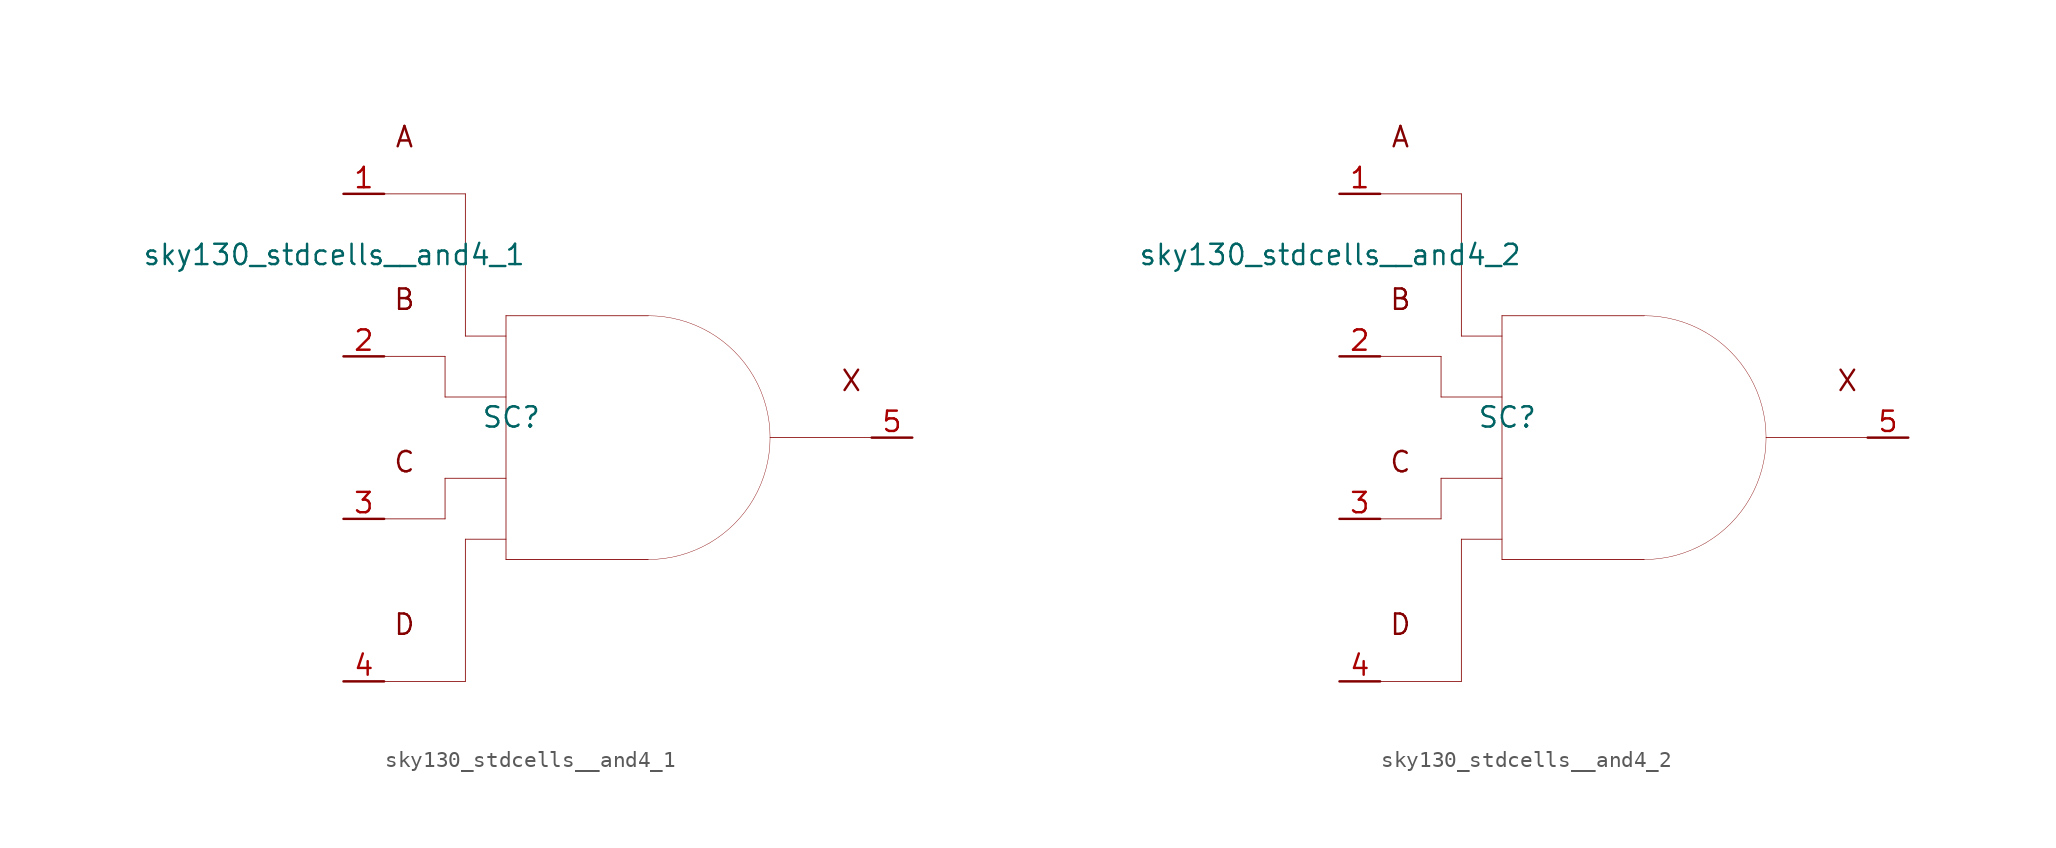
<source format=kicad_sym>
(kicad_symbol_lib
  (version 20211014)
  (generator kicad_symbol_editor)
  (symbol "sky130_stdcells__and4_1"
    (pin_names hide)
    (property "Reference" "SC"
      (at -7.29 1.27 0)
      (effects (font (size 1.27 1.27))))
    (property "Value" "sky130_stdcells__and4_1"
      (at -6.35 11.43 0)
      (effects (font (size 1.27 1.27)) (justify right)))
    (symbol "sky130_stdcells__and4_1_0_0"
      (polyline (pts (xy -15.24 -15.24) (xy -10.16 -15.24)) (stroke (width 0.051) (type default) (color 0 0 0 0)) (fill (type none)))
      (polyline (pts (xy -15.24 -5.08) (xy -11.43 -5.08)) (stroke (width 0.051) (type default) (color 0 0 0 0)) (fill (type none)))
      (polyline (pts (xy -15.24 5.08) (xy -11.43 5.08)) (stroke (width 0.051) (type default) (color 0 0 0 0)) (fill (type none)))
      (polyline (pts (xy -15.24 15.24) (xy -10.16 15.24)) (stroke (width 0.051) (type default) (color 0 0 0 0)) (fill (type none)))
      (polyline (pts (xy -11.43 -2.54) (xy -11.43 -5.08)) (stroke (width 0.051) (type default) (color 0 0 0 0)) (fill (type none)))
      (polyline (pts (xy -11.43 -2.54) (xy -7.62 -2.54)) (stroke (width 0.051) (type default) (color 0 0 0 0)) (fill (type none)))
      (polyline (pts (xy -11.43 2.54) (xy -7.62 2.54)) (stroke (width 0.051) (type default) (color 0 0 0 0)) (fill (type none)))
      (polyline (pts (xy -11.43 5.08) (xy -11.43 2.54)) (stroke (width 0.051) (type default) (color 0 0 0 0)) (fill (type none)))
      (polyline (pts (xy -10.16 -6.35) (xy -10.16 -15.24)) (stroke (width 0.051) (type default) (color 0 0 0 0)) (fill (type none)))
      (polyline (pts (xy -10.16 -6.35) (xy -7.62 -6.35)) (stroke (width 0.051) (type default) (color 0 0 0 0)) (fill (type none)))
      (polyline (pts (xy -10.16 6.35) (xy -7.62 6.35)) (stroke (width 0.051) (type default) (color 0 0 0 0)) (fill (type none)))
      (polyline (pts (xy -10.16 15.24) (xy -10.16 6.35)) (stroke (width 0.051) (type default) (color 0 0 0 0)) (fill (type none)))
      (polyline (pts (xy -7.62 -7.62) (xy 1.27 -7.62)) (stroke (width 0.051) (type default) (color 0 0 0 0)) (fill (type none)))
      (polyline (pts (xy -7.62 7.62) (xy -7.62 -7.62)) (stroke (width 0.051) (type default) (color 0 0 0 0)) (fill (type none)))
      (polyline (pts (xy -7.62 7.62) (xy 1.27 7.62)) (stroke (width 0.051) (type default) (color 0 0 0 0)) (fill (type none)))
      (polyline (pts (xy 8.89 0) (xy 15.24 0)) (stroke (width 0.051) (type default) (color 0 0 0 0)) (fill (type none)))
      (arc (start 1.27 -7.62) (mid 3.2422 -7.3604) (end 5.08 -6.5991) (stroke (width 0.0254) (type default) (color 0 0 0 0)) (fill (type none)))
      (arc (start 5.08 -6.5991) (mid 6.6581 -5.3881) (end 7.8691 -3.81) (stroke (width 0.0254) (type default) (color 0 0 0 0)) (fill (type none)))
      (arc (start 5.08 6.5991) (mid 3.2422 7.3603) (end 1.27 7.62) (stroke (width 0.0254) (type default) (color 0 0 0 0)) (fill (type none)))
      (arc (start 7.8691 -3.81) (mid 8.6303 -1.9722) (end 8.89 0) (stroke (width 0.0254) (type default) (color 0 0 0 0)) (fill (type none)))
      (arc (start 7.8691 3.81) (mid 6.6581 5.3881) (end 5.08 6.5991) (stroke (width 0.0254) (type default) (color 0 0 0 0)) (fill (type none)))
      (arc (start 8.89 0) (mid 8.6304 1.9722) (end 7.8691 3.81) (stroke (width 0.0254) (type default) (color 0 0 0 0)) (fill (type none)))
      (text "A" (at -13.97 18.796 0) (effects (font (size 1.27 1.27))))
      (text "B" (at -13.97 8.636 0) (effects (font (size 1.27 1.27))))
      (text "C" (at -13.97 -1.524 0) (effects (font (size 1.27 1.27))))
      (text "D" (at -13.97 -11.684 0) (effects (font (size 1.27 1.27))))
      (text "X" (at 13.97 3.556 0) (effects (font (size 1.27 1.27)))))
    (symbol "sky130_stdcells__and4_1_1_1"
      (pin input line (at -17.78 15.24 0) (length 2.54) (name "A" (effects (font (size 1.092 1.092)))) (number "1" (effects (font (size 1.27 1.27)))))
      (pin input line (at -17.78 5.08 0) (length 2.54) (name "B" (effects (font (size 1.092 1.092)))) (number "2" (effects (font (size 1.27 1.27)))))
      (pin input line (at -17.78 -5.08 0) (length 2.54) (name "C" (effects (font (size 1.092 1.092)))) (number "3" (effects (font (size 1.27 1.27)))))
      (pin input line (at -17.78 -15.24 0) (length 2.54) (name "D" (effects (font (size 1.092 1.092)))) (number "4" (effects (font (size 1.27 1.27)))))
      (pin output line (at 17.78 0 180) (length 2.54) (name "X" (effects (font (size 1.092 1.092)))) (number "5" (effects (font (size 1.27 1.27)))))))
  (symbol "sky130_stdcells__and4_2"
    (pin_names hide)
    (property "Reference" "SC"
      (at -7.29 1.27 0)
      (effects (font (size 1.27 1.27))))
    (property "Value" "sky130_stdcells__and4_2"
      (at -6.35 11.43 0)
      (effects (font (size 1.27 1.27)) (justify right)))
    (symbol "sky130_stdcells__and4_2_0_0"
      (polyline (pts (xy -15.24 -15.24) (xy -10.16 -15.24)) (stroke (width 0.051) (type default) (color 0 0 0 0)) (fill (type none)))
      (polyline (pts (xy -15.24 -5.08) (xy -11.43 -5.08)) (stroke (width 0.051) (type default) (color 0 0 0 0)) (fill (type none)))
      (polyline (pts (xy -15.24 5.08) (xy -11.43 5.08)) (stroke (width 0.051) (type default) (color 0 0 0 0)) (fill (type none)))
      (polyline (pts (xy -15.24 15.24) (xy -10.16 15.24)) (stroke (width 0.051) (type default) (color 0 0 0 0)) (fill (type none)))
      (polyline (pts (xy -11.43 -2.54) (xy -11.43 -5.08)) (stroke (width 0.051) (type default) (color 0 0 0 0)) (fill (type none)))
      (polyline (pts (xy -11.43 -2.54) (xy -7.62 -2.54)) (stroke (width 0.051) (type default) (color 0 0 0 0)) (fill (type none)))
      (polyline (pts (xy -11.43 2.54) (xy -7.62 2.54)) (stroke (width 0.051) (type default) (color 0 0 0 0)) (fill (type none)))
      (polyline (pts (xy -11.43 5.08) (xy -11.43 2.54)) (stroke (width 0.051) (type default) (color 0 0 0 0)) (fill (type none)))
      (polyline (pts (xy -10.16 -6.35) (xy -10.16 -15.24)) (stroke (width 0.051) (type default) (color 0 0 0 0)) (fill (type none)))
      (polyline (pts (xy -10.16 -6.35) (xy -7.62 -6.35)) (stroke (width 0.051) (type default) (color 0 0 0 0)) (fill (type none)))
      (polyline (pts (xy -10.16 6.35) (xy -7.62 6.35)) (stroke (width 0.051) (type default) (color 0 0 0 0)) (fill (type none)))
      (polyline (pts (xy -10.16 15.24) (xy -10.16 6.35)) (stroke (width 0.051) (type default) (color 0 0 0 0)) (fill (type none)))
      (polyline (pts (xy -7.62 -7.62) (xy 1.27 -7.62)) (stroke (width 0.051) (type default) (color 0 0 0 0)) (fill (type none)))
      (polyline (pts (xy -7.62 7.62) (xy -7.62 -7.62)) (stroke (width 0.051) (type default) (color 0 0 0 0)) (fill (type none)))
      (polyline (pts (xy -7.62 7.62) (xy 1.27 7.62)) (stroke (width 0.051) (type default) (color 0 0 0 0)) (fill (type none)))
      (polyline (pts (xy 8.89 0) (xy 15.24 0)) (stroke (width 0.051) (type default) (color 0 0 0 0)) (fill (type none)))
      (arc (start 1.27 -7.62) (mid 3.2422 -7.3604) (end 5.08 -6.5991) (stroke (width 0.0254) (type default) (color 0 0 0 0)) (fill (type none)))
      (arc (start 5.08 -6.5991) (mid 6.6581 -5.3881) (end 7.8691 -3.81) (stroke (width 0.0254) (type default) (color 0 0 0 0)) (fill (type none)))
      (arc (start 5.08 6.5991) (mid 3.2422 7.3603) (end 1.27 7.62) (stroke (width 0.0254) (type default) (color 0 0 0 0)) (fill (type none)))
      (arc (start 7.8691 -3.81) (mid 8.6303 -1.9722) (end 8.89 0) (stroke (width 0.0254) (type default) (color 0 0 0 0)) (fill (type none)))
      (arc (start 7.8691 3.81) (mid 6.6581 5.3881) (end 5.08 6.5991) (stroke (width 0.0254) (type default) (color 0 0 0 0)) (fill (type none)))
      (arc (start 8.89 0) (mid 8.6304 1.9722) (end 7.8691 3.81) (stroke (width 0.0254) (type default) (color 0 0 0 0)) (fill (type none)))
      (text "A" (at -13.97 18.796 0) (effects (font (size 1.27 1.27))))
      (text "B" (at -13.97 8.636 0) (effects (font (size 1.27 1.27))))
      (text "C" (at -13.97 -1.524 0) (effects (font (size 1.27 1.27))))
      (text "D" (at -13.97 -11.684 0) (effects (font (size 1.27 1.27))))
      (text "X" (at 13.97 3.556 0) (effects (font (size 1.27 1.27)))))
    (symbol "sky130_stdcells__and4_2_1_1"
      (pin input line (at -17.78 15.24 0) (length 2.54) (name "A" (effects (font (size 1.092 1.092)))) (number "1" (effects (font (size 1.27 1.27)))))
      (pin input line (at -17.78 5.08 0) (length 2.54) (name "B" (effects (font (size 1.092 1.092)))) (number "2" (effects (font (size 1.27 1.27)))))
      (pin input line (at -17.78 -5.08 0) (length 2.54) (name "C" (effects (font (size 1.092 1.092)))) (number "3" (effects (font (size 1.27 1.27)))))
      (pin input line (at -17.78 -15.24 0) (length 2.54) (name "D" (effects (font (size 1.092 1.092)))) (number "4" (effects (font (size 1.27 1.27)))))
      (pin output line (at 17.78 0 180) (length 2.54) (name "X" (effects (font (size 1.092 1.092)))) (number "5" (effects (font (size 1.27 1.27))))))))
</source>
